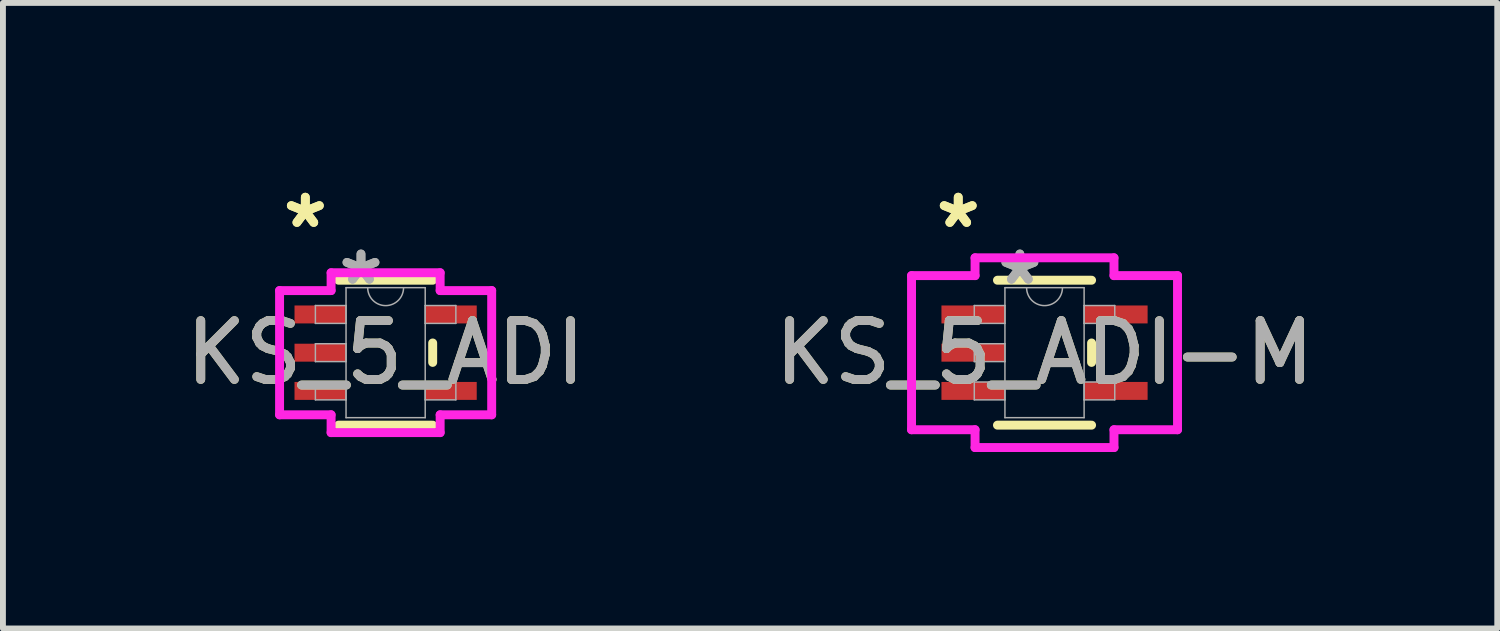
<source format=kicad_pcb>
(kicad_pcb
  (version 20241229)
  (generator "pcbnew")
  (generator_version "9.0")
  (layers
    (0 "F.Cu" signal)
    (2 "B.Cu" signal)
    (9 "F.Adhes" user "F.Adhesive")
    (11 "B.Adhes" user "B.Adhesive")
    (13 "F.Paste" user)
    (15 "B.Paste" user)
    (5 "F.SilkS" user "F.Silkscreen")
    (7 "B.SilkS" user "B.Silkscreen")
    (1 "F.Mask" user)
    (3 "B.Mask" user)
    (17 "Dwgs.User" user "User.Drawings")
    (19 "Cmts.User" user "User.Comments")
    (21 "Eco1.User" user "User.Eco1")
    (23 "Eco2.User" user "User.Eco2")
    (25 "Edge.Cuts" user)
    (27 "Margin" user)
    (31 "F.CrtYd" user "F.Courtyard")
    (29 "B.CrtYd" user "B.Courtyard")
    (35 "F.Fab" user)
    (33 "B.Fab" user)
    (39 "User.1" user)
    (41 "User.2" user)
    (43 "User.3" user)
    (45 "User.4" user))
  (footprint "KS_5_ADI-M"
    (layer "F.Cu")
    (at 14.708 2.946)
    (property "Reference" "KS_5_ADI-M" (at 0 0 0) (unlocked yes) (layer "F.SilkS") (effects (font (size 1 1) (thickness 0.15))))
    (attr smd)
    (fp_line (start -0.8 1.232) (end 0.8 1.232) (stroke (width 0.152) (type solid)) (layer "F.SilkS"))
    (fp_line (start 0.8 -1.232) (end -0.8 -1.232) (stroke (width 0.152) (type solid)) (layer "F.SilkS"))
    (fp_line (start 0.8 0.165) (end 0.8 -0.165) (stroke (width 0.152) (type solid)) (layer "F.SilkS"))
    (fp_line (start -2.261 -1.31) (end -1.181 -1.31) (stroke (width 0.152) (type solid)) (layer "F.CrtYd"))
    (fp_line (start -2.261 1.31) (end -2.261 -1.31) (stroke (width 0.152) (type solid)) (layer "F.CrtYd"))
    (fp_line (start -1.181 -1.613) (end 1.181 -1.613) (stroke (width 0.152) (type solid)) (layer "F.CrtYd"))
    (fp_line (start -1.181 -1.31) (end -1.181 -1.613) (stroke (width 0.152) (type solid)) (layer "F.CrtYd"))
    (fp_line (start -1.181 1.31) (end -2.261 1.31) (stroke (width 0.152) (type solid)) (layer "F.CrtYd"))
    (fp_line (start -1.181 1.613) (end -1.181 1.31) (stroke (width 0.152) (type solid)) (layer "F.CrtYd"))
    (fp_line (start 1.181 -1.613) (end 1.181 -1.31) (stroke (width 0.152) (type solid)) (layer "F.CrtYd"))
    (fp_line (start 1.181 -1.31) (end 2.261 -1.31) (stroke (width 0.152) (type solid)) (layer "F.CrtYd"))
    (fp_line (start 1.181 1.31) (end 1.181 1.613) (stroke (width 0.152) (type solid)) (layer "F.CrtYd"))
    (fp_line (start 1.181 1.613) (end -1.181 1.613) (stroke (width 0.152) (type solid)) (layer "F.CrtYd"))
    (fp_line (start 2.261 -1.31) (end 2.261 1.31) (stroke (width 0.152) (type solid)) (layer "F.CrtYd"))
    (fp_line (start 2.261 1.31) (end 1.181 1.31) (stroke (width 0.152) (type solid)) (layer "F.CrtYd"))
    (fp_line (start -1.194 -0.802) (end -1.194 -0.498) (stroke (width 0.025) (type solid)) (layer "F.Fab"))
    (fp_line (start -1.194 -0.498) (end -0.673 -0.498) (stroke (width 0.025) (type solid)) (layer "F.Fab"))
    (fp_line (start -1.194 -0.152) (end -1.194 0.152) (stroke (width 0.025) (type solid)) (layer "F.Fab"))
    (fp_line (start -1.194 0.152) (end -0.673 0.152) (stroke (width 0.025) (type solid)) (layer "F.Fab"))
    (fp_line (start -1.194 0.498) (end -1.194 0.802) (stroke (width 0.025) (type solid)) (layer "F.Fab"))
    (fp_line (start -1.194 0.802) (end -0.673 0.802) (stroke (width 0.025) (type solid)) (layer "F.Fab"))
    (fp_line (start -0.673 -1.105) (end -0.673 1.105) (stroke (width 0.025) (type solid)) (layer "F.Fab"))
    (fp_line (start -0.673 -0.802) (end -1.194 -0.802) (stroke (width 0.025) (type solid)) (layer "F.Fab"))
    (fp_line (start -0.673 -0.498) (end -0.673 -0.802) (stroke (width 0.025) (type solid)) (layer "F.Fab"))
    (fp_line (start -0.673 -0.152) (end -1.194 -0.152) (stroke (width 0.025) (type solid)) (layer "F.Fab"))
    (fp_line (start -0.673 0.152) (end -0.673 -0.152) (stroke (width 0.025) (type solid)) (layer "F.Fab"))
    (fp_line (start -0.673 0.498) (end -1.194 0.498) (stroke (width 0.025) (type solid)) (layer "F.Fab"))
    (fp_line (start -0.673 0.802) (end -0.673 0.498) (stroke (width 0.025) (type solid)) (layer "F.Fab"))
    (fp_line (start -0.673 1.105) (end 0.673 1.105) (stroke (width 0.025) (type solid)) (layer "F.Fab"))
    (fp_line (start 0.673 -1.105) (end -0.673 -1.105) (stroke (width 0.025) (type solid)) (layer "F.Fab"))
    (fp_line (start 0.673 -0.802) (end 0.673 -0.498) (stroke (width 0.025) (type solid)) (layer "F.Fab"))
    (fp_line (start 0.673 -0.498) (end 1.194 -0.498) (stroke (width 0.025) (type solid)) (layer "F.Fab"))
    (fp_line (start 0.673 0.498) (end 0.673 0.802) (stroke (width 0.025) (type solid)) (layer "F.Fab"))
    (fp_line (start 0.673 0.802) (end 1.194 0.802) (stroke (width 0.025) (type solid)) (layer "F.Fab"))
    (fp_line (start 0.673 1.105) (end 0.673 -1.105) (stroke (width 0.025) (type solid)) (layer "F.Fab"))
    (fp_line (start 1.194 -0.802) (end 0.673 -0.802) (stroke (width 0.025) (type solid)) (layer "F.Fab"))
    (fp_line (start 1.194 -0.498) (end 1.194 -0.802) (stroke (width 0.025) (type solid)) (layer "F.Fab"))
    (fp_line (start 1.194 0.498) (end 0.673 0.498) (stroke (width 0.025) (type solid)) (layer "F.Fab"))
    (fp_line (start 1.194 0.802) (end 1.194 0.498) (stroke (width 0.025) (type solid)) (layer "F.Fab"))
    (fp_arc (start 0.3048 -1.1049) (mid 0 -0.8001) (end -0.3048 -1.1049) (stroke (width 0.0254) (type solid)) (layer "F.Fab"))
    (fp_text user "*" (at -1.467 -2.098 0) (layer "F.SilkS") (effects (font (size 1 1) (thickness 0.15))))
    (fp_text user "*" (at -1.467 -2.098 0) (unlocked yes) (layer "F.SilkS") (effects (font (size 1 1) (thickness 0.15))))
    (fp_text user "${REFERENCE}" (at 0 0 0) (unlocked yes) (layer "F.Fab") (effects (font (size 1 1) (thickness 0.15))))
    (fp_text user "*" (at -0.419 -1.133 0) (unlocked yes) (layer "F.Fab") (effects (font (size 1 1) (thickness 0.15))))
    (fp_text user "*" (at -0.419 -1.133 0) (layer "F.Fab") (effects (font (size 1 1) (thickness 0.15))))
    (pad "1" smd rect (at -1.213 -0.65) (size 1.079 0.305) (layers "F.Cu" "F.Mask" "F.Paste"))
    (pad "2" smd rect (at -1.213 0) (size 1.079 0.305) (layers "F.Cu" "F.Mask" "F.Paste"))
    (pad "3" smd rect (at -1.213 0.65) (size 1.079 0.305) (layers "F.Cu" "F.Mask" "F.Paste"))
    (pad "4" smd rect (at 1.213 0.65) (size 1.079 0.305) (layers "F.Cu" "F.Mask" "F.Paste"))
    (pad "5" smd rect (at 1.213 -0.65) (size 1.079 0.305) (layers "F.Cu" "F.Mask" "F.Paste")))
  (footprint "KS_5_ADI"
    (layer "F.Cu")
    (at 3.506 2.946)
    (property "Reference" "KS_5_ADI" (at 0 0 0) (unlocked yes) (layer "F.SilkS") (effects (font (size 1 1) (thickness 0.15))))
    (attr smd)
    (fp_line (start -0.8 1.232) (end 0.8 1.232) (stroke (width 0.152) (type solid)) (layer "F.SilkS"))
    (fp_line (start 0.8 -1.232) (end -0.8 -1.232) (stroke (width 0.152) (type solid)) (layer "F.SilkS"))
    (fp_line (start 0.8 0.165) (end 0.8 -0.165) (stroke (width 0.152) (type solid)) (layer "F.SilkS"))
    (fp_line (start -1.803 -1.056) (end -0.927 -1.056) (stroke (width 0.152) (type solid)) (layer "F.CrtYd"))
    (fp_line (start -1.803 1.056) (end -1.803 -1.056) (stroke (width 0.152) (type solid)) (layer "F.CrtYd"))
    (fp_line (start -0.927 -1.359) (end 0.927 -1.359) (stroke (width 0.152) (type solid)) (layer "F.CrtYd"))
    (fp_line (start -0.927 -1.056) (end -0.927 -1.359) (stroke (width 0.152) (type solid)) (layer "F.CrtYd"))
    (fp_line (start -0.927 1.056) (end -1.803 1.056) (stroke (width 0.152) (type solid)) (layer "F.CrtYd"))
    (fp_line (start -0.927 1.359) (end -0.927 1.056) (stroke (width 0.152) (type solid)) (layer "F.CrtYd"))
    (fp_line (start 0.927 -1.359) (end 0.927 -1.056) (stroke (width 0.152) (type solid)) (layer "F.CrtYd"))
    (fp_line (start 0.927 -1.056) (end 1.803 -1.056) (stroke (width 0.152) (type solid)) (layer "F.CrtYd"))
    (fp_line (start 0.927 1.056) (end 0.927 1.359) (stroke (width 0.152) (type solid)) (layer "F.CrtYd"))
    (fp_line (start 0.927 1.359) (end -0.927 1.359) (stroke (width 0.152) (type solid)) (layer "F.CrtYd"))
    (fp_line (start 1.803 -1.056) (end 1.803 1.056) (stroke (width 0.152) (type solid)) (layer "F.CrtYd"))
    (fp_line (start 1.803 1.056) (end 0.927 1.056) (stroke (width 0.152) (type solid)) (layer "F.CrtYd"))
    (fp_line (start -1.194 -0.802) (end -1.194 -0.498) (stroke (width 0.025) (type solid)) (layer "F.Fab"))
    (fp_line (start -1.194 -0.498) (end -0.673 -0.498) (stroke (width 0.025) (type solid)) (layer "F.Fab"))
    (fp_line (start -1.194 -0.152) (end -1.194 0.152) (stroke (width 0.025) (type solid)) (layer "F.Fab"))
    (fp_line (start -1.194 0.152) (end -0.673 0.152) (stroke (width 0.025) (type solid)) (layer "F.Fab"))
    (fp_line (start -1.194 0.498) (end -1.194 0.802) (stroke (width 0.025) (type solid)) (layer "F.Fab"))
    (fp_line (start -1.194 0.802) (end -0.673 0.802) (stroke (width 0.025) (type solid)) (layer "F.Fab"))
    (fp_line (start -0.673 -1.105) (end -0.673 1.105) (stroke (width 0.025) (type solid)) (layer "F.Fab"))
    (fp_line (start -0.673 -0.802) (end -1.194 -0.802) (stroke (width 0.025) (type solid)) (layer "F.Fab"))
    (fp_line (start -0.673 -0.498) (end -0.673 -0.802) (stroke (width 0.025) (type solid)) (layer "F.Fab"))
    (fp_line (start -0.673 -0.152) (end -1.194 -0.152) (stroke (width 0.025) (type solid)) (layer "F.Fab"))
    (fp_line (start -0.673 0.152) (end -0.673 -0.152) (stroke (width 0.025) (type solid)) (layer "F.Fab"))
    (fp_line (start -0.673 0.498) (end -1.194 0.498) (stroke (width 0.025) (type solid)) (layer "F.Fab"))
    (fp_line (start -0.673 0.802) (end -0.673 0.498) (stroke (width 0.025) (type solid)) (layer "F.Fab"))
    (fp_line (start -0.673 1.105) (end 0.673 1.105) (stroke (width 0.025) (type solid)) (layer "F.Fab"))
    (fp_line (start 0.673 -1.105) (end -0.673 -1.105) (stroke (width 0.025) (type solid)) (layer "F.Fab"))
    (fp_line (start 0.673 -0.802) (end 0.673 -0.498) (stroke (width 0.025) (type solid)) (layer "F.Fab"))
    (fp_line (start 0.673 -0.498) (end 1.194 -0.498) (stroke (width 0.025) (type solid)) (layer "F.Fab"))
    (fp_line (start 0.673 0.498) (end 0.673 0.802) (stroke (width 0.025) (type solid)) (layer "F.Fab"))
    (fp_line (start 0.673 0.802) (end 1.194 0.802) (stroke (width 0.025) (type solid)) (layer "F.Fab"))
    (fp_line (start 0.673 1.105) (end 0.673 -1.105) (stroke (width 0.025) (type solid)) (layer "F.Fab"))
    (fp_line (start 1.194 -0.802) (end 0.673 -0.802) (stroke (width 0.025) (type solid)) (layer "F.Fab"))
    (fp_line (start 1.194 -0.498) (end 1.194 -0.802) (stroke (width 0.025) (type solid)) (layer "F.Fab"))
    (fp_line (start 1.194 0.498) (end 0.673 0.498) (stroke (width 0.025) (type solid)) (layer "F.Fab"))
    (fp_line (start 1.194 0.802) (end 1.194 0.498) (stroke (width 0.025) (type solid)) (layer "F.Fab"))
    (fp_arc (start 0.3048 -1.1049) (mid 0 -0.8001) (end -0.3048 -1.1049) (stroke (width 0.0254) (type solid)) (layer "F.Fab"))
    (fp_text user "*" (at -1.365 -2.098 0) (layer "F.SilkS") (effects (font (size 1 1) (thickness 0.15))))
    (fp_text user "*" (at -1.365 -2.098 0) (unlocked yes) (layer "F.SilkS") (effects (font (size 1 1) (thickness 0.15))))
    (fp_text user "${REFERENCE}" (at 0 0 0) (unlocked yes) (layer "F.Fab") (effects (font (size 1 1) (thickness 0.15))))
    (fp_text user "*" (at -0.419 -1.133 0) (layer "F.Fab") (effects (font (size 1 1) (thickness 0.15))))
    (fp_text user "*" (at -0.419 -1.133 0) (unlocked yes) (layer "F.Fab") (effects (font (size 1 1) (thickness 0.15))))
    (pad "1" smd rect (at -1.111 -0.65) (size 0.876 0.305) (layers "F.Cu" "F.Mask" "F.Paste"))
    (pad "2" smd rect (at -1.111 0) (size 0.876 0.305) (layers "F.Cu" "F.Mask" "F.Paste"))
    (pad "3" smd rect (at -1.111 0.65) (size 0.876 0.305) (layers "F.Cu" "F.Mask" "F.Paste"))
    (pad "4" smd rect (at 1.111 0.65) (size 0.876 0.305) (layers "F.Cu" "F.Mask" "F.Paste"))
    (pad "5" smd rect (at 1.111 -0.65) (size 0.876 0.305) (layers "F.Cu" "F.Mask" "F.Paste")))
  (gr_rect
    (start -3 -3)
    (end 22.405 7.635)
    (stroke (width 0.1) (type default))
    (fill no)
    (layer "Edge.Cuts")))
</source>
